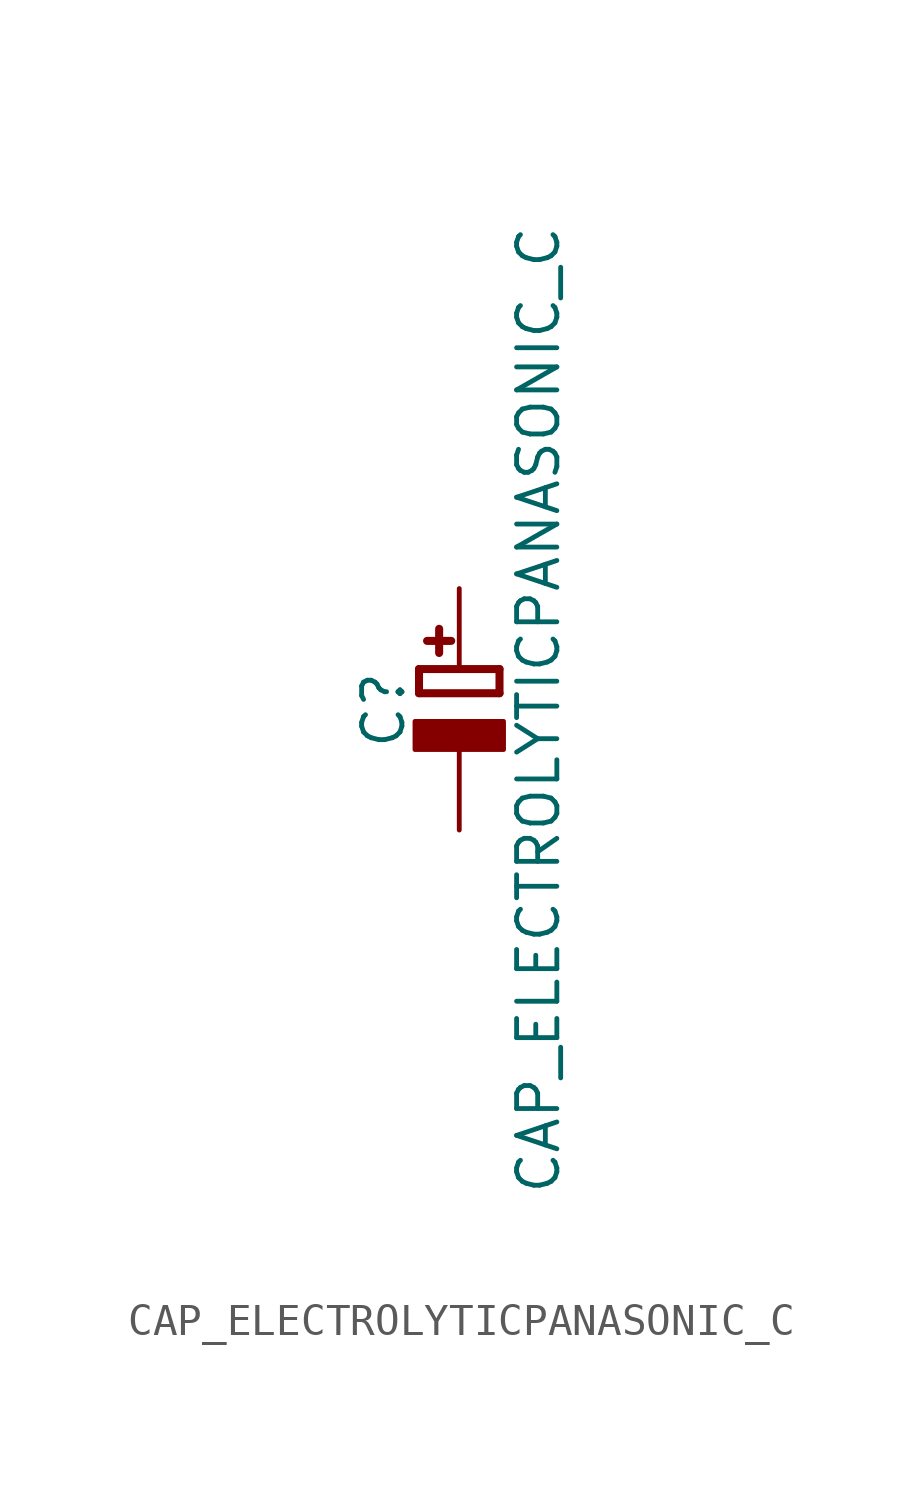
<source format=kicad_sym>
(kicad_symbol_lib
  (version 20211014)
  (generator kicad_symbol_editor)
  (symbol "CAP_ELECTROLYTICPANASONIC_C"
    (property "Reference" "C"
      (at -2.39 1.25 90)
      (effects (font (size 1.27 1.27))))
    (property "Value" "CAP_ELECTROLYTICPANASONIC_C"
      (at 2.5 1.25 90)
      (effects (font (size 1.27 1.27))))
    (property "ki_locked" ""
      (at 0 0 0)
      (effects (font (size 1.27 1.27))))
    (symbol "CAP_ELECTROLYTICPANASONIC_C_1_0"
      (rectangle (start -1.397 0) (end 1.397 0.889) (stroke (width 0) (type default) (color 0 0 0 0)) (fill (type outline)))
      (polyline (pts (xy -1.27 1.778) (xy -1.27 2.54)) (stroke (width 0.254) (type default) (color 0 0 0 0)) (fill (type none)))
      (polyline (pts (xy -1.27 2.54) (xy 1.27 2.54)) (stroke (width 0.254) (type default) (color 0 0 0 0)) (fill (type none)))
      (polyline (pts (xy -1.016 3.429) (xy -0.254 3.429)) (stroke (width 0.254) (type default) (color 0 0 0 0)) (fill (type none)))
      (polyline (pts (xy -0.635 3.81) (xy -0.635 3.048)) (stroke (width 0.254) (type default) (color 0 0 0 0)) (fill (type none)))
      (polyline (pts (xy 1.27 1.778) (xy -1.27 1.778)) (stroke (width 0.254) (type default) (color 0 0 0 0)) (fill (type none)))
      (polyline (pts (xy 1.27 2.54) (xy 1.27 1.778)) (stroke (width 0.254) (type default) (color 0 0 0 0)) (fill (type none)))
      (pin passive line (at 0 5.08 270) (length 2.54) (name "+" (effects (font (size 0 0)))) (number "+" (effects (font (size 0 0)))))
      (pin passive line (at 0 -2.54 90) (length 2.54) (name "-" (effects (font (size 0 0)))) (number "-" (effects (font (size 0 0))))))))
</source>
